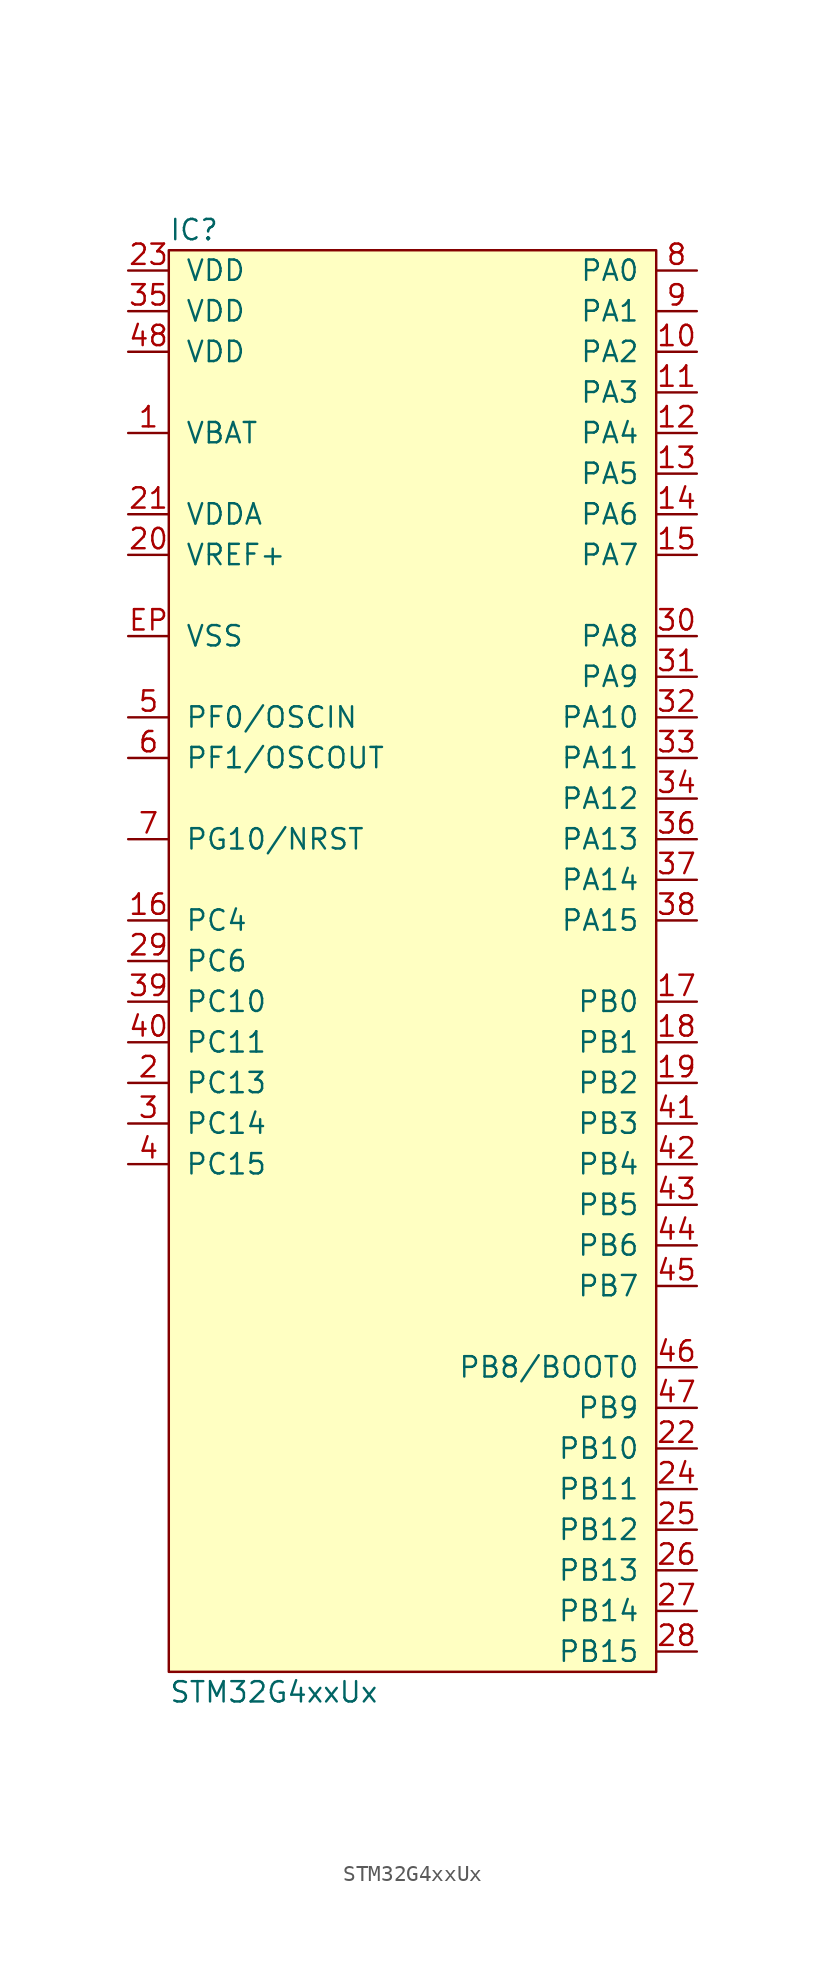
<source format=kicad_sym>
(kicad_symbol_lib
  (version 20211014)
  (generator agg_kicad.build_lib_ic)
  (symbol "STM32G4xxUx"
    (pin_names
      (offset 1.016))
    (property Reference IC
      (at -15.24 45.72 0)
      (effects (font (size 1.27 1.27)) (justify left)))
    (property Value "STM32G4xxUx"
      (at -15.24 -45.72 0)
      (effects (font (size 1.27 1.27)) (justify left)))
    (symbol "STM32G4xxUx_0_0"
      (rectangle (start -15.24 44.45) (end 15.24 -44.45) (stroke (width 0) (type default) (color 0 0 0 0)) (fill (type background)))
      (pin power_in line (at -17.78 43.18 0) (length 2.54) (name VDD (effects (font (size 1.27 1.27)))) (number "23" (effects (font (size 1.27 1.27)))))
      (pin power_in line (at -17.78 40.64 0) (length 2.54) (name VDD (effects (font (size 1.27 1.27)))) (number "35" (effects (font (size 1.27 1.27)))))
      (pin power_in line (at -17.78 38.1 0) (length 2.54) (name VDD (effects (font (size 1.27 1.27)))) (number "48" (effects (font (size 1.27 1.27)))))
      (pin power_in line (at -17.78 33.02 0) (length 2.54) (name VBAT (effects (font (size 1.27 1.27)))) (number "1" (effects (font (size 1.27 1.27)))))
      (pin power_in line (at -17.78 27.94 0) (length 2.54) (name VDDA (effects (font (size 1.27 1.27)))) (number "21" (effects (font (size 1.27 1.27)))))
      (pin input line (at -17.78 25.4 0) (length 2.54) (name "VREF+" (effects (font (size 1.27 1.27)))) (number "20" (effects (font (size 1.27 1.27)))))
      (pin power_in line (at -17.78 20.32 0) (length 2.54) (name VSS (effects (font (size 1.27 1.27)))) (number EP (effects (font (size 1.27 1.27)))))
      (pin bidirectional line (at -17.78 15.24 0) (length 2.54) (name "PF0/OSCIN" (effects (font (size 1.27 1.27)))) (number "5" (effects (font (size 1.27 1.27)))))
      (pin bidirectional line (at -17.78 12.7 0) (length 2.54) (name "PF1/OSCOUT" (effects (font (size 1.27 1.27)))) (number "6" (effects (font (size 1.27 1.27)))))
      (pin bidirectional line (at -17.78 7.62 0) (length 2.54) (name "PG10/NRST" (effects (font (size 1.27 1.27)))) (number "7" (effects (font (size 1.27 1.27)))))
      (pin bidirectional line (at -17.78 2.54 0) (length 2.54) (name "PC4" (effects (font (size 1.27 1.27)))) (number "16" (effects (font (size 1.27 1.27)))))
      (pin bidirectional line (at -17.78 0 0) (length 2.54) (name "PC6" (effects (font (size 1.27 1.27)))) (number "29" (effects (font (size 1.27 1.27)))))
      (pin bidirectional line (at -17.78 -2.54 0) (length 2.54) (name "PC10" (effects (font (size 1.27 1.27)))) (number "39" (effects (font (size 1.27 1.27)))))
      (pin bidirectional line (at -17.78 -5.08 0) (length 2.54) (name "PC11" (effects (font (size 1.27 1.27)))) (number "40" (effects (font (size 1.27 1.27)))))
      (pin bidirectional line (at -17.78 -7.62 0) (length 2.54) (name "PC13" (effects (font (size 1.27 1.27)))) (number "2" (effects (font (size 1.27 1.27)))))
      (pin bidirectional line (at -17.78 -10.16 0) (length 2.54) (name "PC14" (effects (font (size 1.27 1.27)))) (number "3" (effects (font (size 1.27 1.27)))))
      (pin bidirectional line (at -17.78 -12.7 0) (length 2.54) (name "PC15" (effects (font (size 1.27 1.27)))) (number "4" (effects (font (size 1.27 1.27)))))
      (pin bidirectional line (at 17.78 43.18 180) (length 2.54) (name "PA0" (effects (font (size 1.27 1.27)))) (number "8" (effects (font (size 1.27 1.27)))))
      (pin bidirectional line (at 17.78 40.64 180) (length 2.54) (name "PA1" (effects (font (size 1.27 1.27)))) (number "9" (effects (font (size 1.27 1.27)))))
      (pin bidirectional line (at 17.78 38.1 180) (length 2.54) (name "PA2" (effects (font (size 1.27 1.27)))) (number "10" (effects (font (size 1.27 1.27)))))
      (pin bidirectional line (at 17.78 35.56 180) (length 2.54) (name "PA3" (effects (font (size 1.27 1.27)))) (number "11" (effects (font (size 1.27 1.27)))))
      (pin bidirectional line (at 17.78 33.02 180) (length 2.54) (name "PA4" (effects (font (size 1.27 1.27)))) (number "12" (effects (font (size 1.27 1.27)))))
      (pin bidirectional line (at 17.78 30.48 180) (length 2.54) (name "PA5" (effects (font (size 1.27 1.27)))) (number "13" (effects (font (size 1.27 1.27)))))
      (pin bidirectional line (at 17.78 27.94 180) (length 2.54) (name "PA6" (effects (font (size 1.27 1.27)))) (number "14" (effects (font (size 1.27 1.27)))))
      (pin bidirectional line (at 17.78 25.4 180) (length 2.54) (name "PA7" (effects (font (size 1.27 1.27)))) (number "15" (effects (font (size 1.27 1.27)))))
      (pin bidirectional line (at 17.78 20.32 180) (length 2.54) (name "PA8" (effects (font (size 1.27 1.27)))) (number "30" (effects (font (size 1.27 1.27)))))
      (pin bidirectional line (at 17.78 17.78 180) (length 2.54) (name "PA9" (effects (font (size 1.27 1.27)))) (number "31" (effects (font (size 1.27 1.27)))))
      (pin bidirectional line (at 17.78 15.24 180) (length 2.54) (name "PA10" (effects (font (size 1.27 1.27)))) (number "32" (effects (font (size 1.27 1.27)))))
      (pin bidirectional line (at 17.78 12.7 180) (length 2.54) (name "PA11" (effects (font (size 1.27 1.27)))) (number "33" (effects (font (size 1.27 1.27)))))
      (pin bidirectional line (at 17.78 10.16 180) (length 2.54) (name "PA12" (effects (font (size 1.27 1.27)))) (number "34" (effects (font (size 1.27 1.27)))))
      (pin bidirectional line (at 17.78 7.62 180) (length 2.54) (name "PA13" (effects (font (size 1.27 1.27)))) (number "36" (effects (font (size 1.27 1.27)))))
      (pin bidirectional line (at 17.78 5.08 180) (length 2.54) (name "PA14" (effects (font (size 1.27 1.27)))) (number "37" (effects (font (size 1.27 1.27)))))
      (pin bidirectional line (at 17.78 2.54 180) (length 2.54) (name "PA15" (effects (font (size 1.27 1.27)))) (number "38" (effects (font (size 1.27 1.27)))))
      (pin bidirectional line (at 17.78 -2.54 180) (length 2.54) (name "PB0" (effects (font (size 1.27 1.27)))) (number "17" (effects (font (size 1.27 1.27)))))
      (pin bidirectional line (at 17.78 -5.08 180) (length 2.54) (name "PB1" (effects (font (size 1.27 1.27)))) (number "18" (effects (font (size 1.27 1.27)))))
      (pin bidirectional line (at 17.78 -7.62 180) (length 2.54) (name "PB2" (effects (font (size 1.27 1.27)))) (number "19" (effects (font (size 1.27 1.27)))))
      (pin bidirectional line (at 17.78 -10.16 180) (length 2.54) (name "PB3" (effects (font (size 1.27 1.27)))) (number "41" (effects (font (size 1.27 1.27)))))
      (pin bidirectional line (at 17.78 -12.7 180) (length 2.54) (name "PB4" (effects (font (size 1.27 1.27)))) (number "42" (effects (font (size 1.27 1.27)))))
      (pin bidirectional line (at 17.78 -15.24 180) (length 2.54) (name "PB5" (effects (font (size 1.27 1.27)))) (number "43" (effects (font (size 1.27 1.27)))))
      (pin bidirectional line (at 17.78 -17.78 180) (length 2.54) (name "PB6" (effects (font (size 1.27 1.27)))) (number "44" (effects (font (size 1.27 1.27)))))
      (pin bidirectional line (at 17.78 -20.32 180) (length 2.54) (name "PB7" (effects (font (size 1.27 1.27)))) (number "45" (effects (font (size 1.27 1.27)))))
      (pin bidirectional line (at 17.78 -25.4 180) (length 2.54) (name "PB8/BOOT0" (effects (font (size 1.27 1.27)))) (number "46" (effects (font (size 1.27 1.27)))))
      (pin bidirectional line (at 17.78 -27.94 180) (length 2.54) (name "PB9" (effects (font (size 1.27 1.27)))) (number "47" (effects (font (size 1.27 1.27)))))
      (pin bidirectional line (at 17.78 -30.48 180) (length 2.54) (name "PB10" (effects (font (size 1.27 1.27)))) (number "22" (effects (font (size 1.27 1.27)))))
      (pin bidirectional line (at 17.78 -33.02 180) (length 2.54) (name "PB11" (effects (font (size 1.27 1.27)))) (number "24" (effects (font (size 1.27 1.27)))))
      (pin bidirectional line (at 17.78 -35.56 180) (length 2.54) (name "PB12" (effects (font (size 1.27 1.27)))) (number "25" (effects (font (size 1.27 1.27)))))
      (pin bidirectional line (at 17.78 -38.1 180) (length 2.54) (name "PB13" (effects (font (size 1.27 1.27)))) (number "26" (effects (font (size 1.27 1.27)))))
      (pin bidirectional line (at 17.78 -40.64 180) (length 2.54) (name "PB14" (effects (font (size 1.27 1.27)))) (number "27" (effects (font (size 1.27 1.27)))))
      (pin bidirectional line (at 17.78 -43.18 180) (length 2.54) (name "PB15" (effects (font (size 1.27 1.27)))) (number "28" (effects (font (size 1.27 1.27))))))))
</source>
